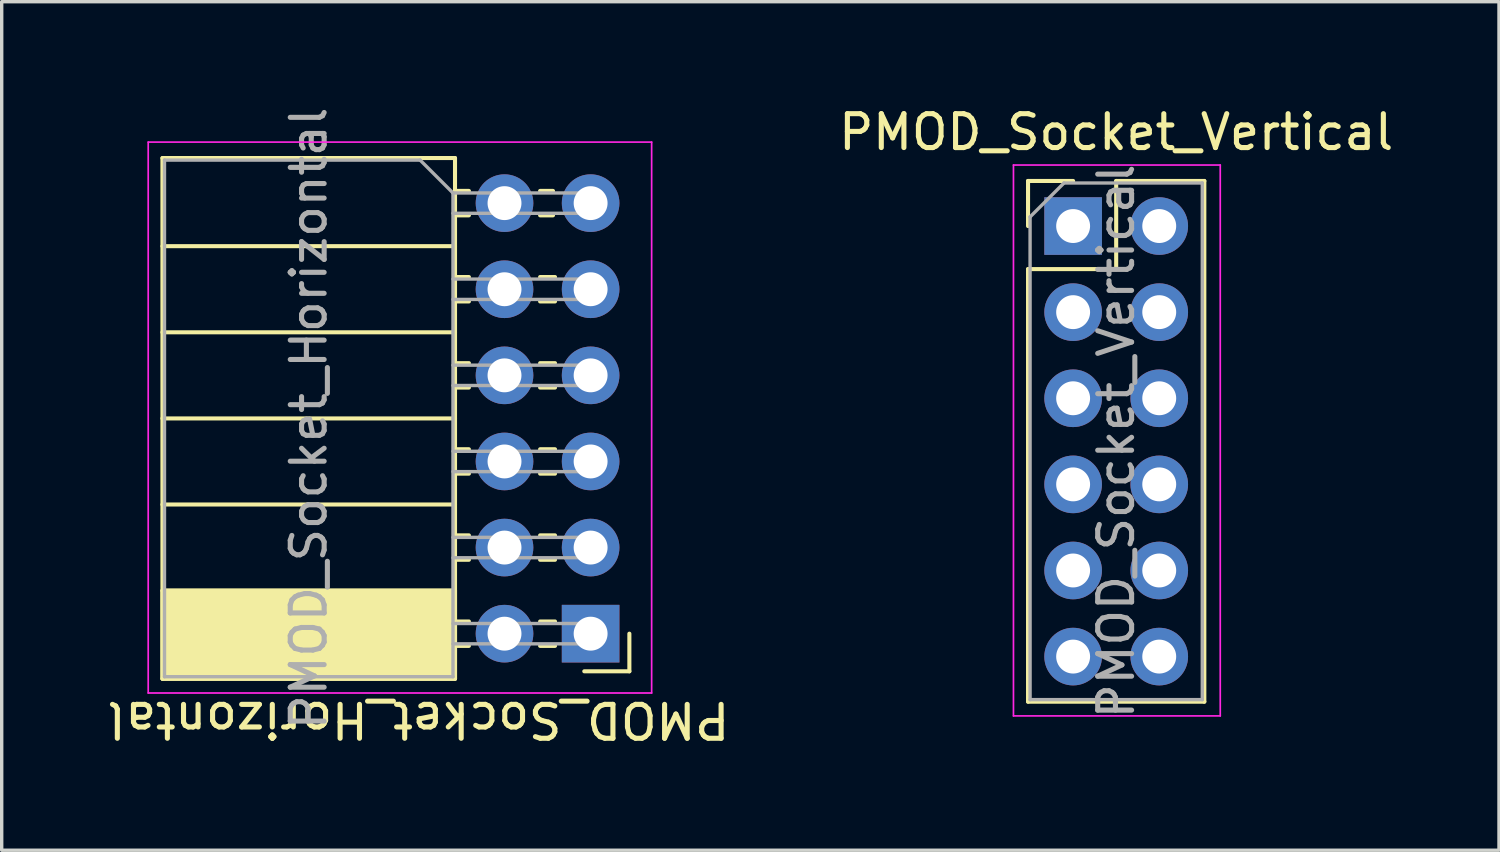
<source format=kicad_pcb>
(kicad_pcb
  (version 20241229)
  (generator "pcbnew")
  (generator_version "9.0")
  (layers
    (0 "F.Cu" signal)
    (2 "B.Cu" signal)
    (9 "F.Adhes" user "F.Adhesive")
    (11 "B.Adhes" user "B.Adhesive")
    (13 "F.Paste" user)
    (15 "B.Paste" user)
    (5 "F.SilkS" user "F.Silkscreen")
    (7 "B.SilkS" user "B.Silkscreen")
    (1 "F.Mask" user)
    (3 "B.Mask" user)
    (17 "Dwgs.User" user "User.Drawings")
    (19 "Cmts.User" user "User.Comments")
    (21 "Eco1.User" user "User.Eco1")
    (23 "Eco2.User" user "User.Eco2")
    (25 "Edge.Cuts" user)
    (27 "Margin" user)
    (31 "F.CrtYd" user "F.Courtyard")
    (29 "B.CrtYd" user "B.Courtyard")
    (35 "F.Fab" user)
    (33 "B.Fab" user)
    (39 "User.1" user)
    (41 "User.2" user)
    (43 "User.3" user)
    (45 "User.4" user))
  (footprint "PMOD_Socket_Vertical"
    (layer "F.Cu")
    (at 31.145 3.618)
    (property "Reference" "PMOD_Socket_Vertical" (at -1.27 -2.77 0) (unlocked yes) (layer "F.SilkS") (effects (font (size 1 1) (thickness 0.15))))
    (attr through_hole exclude_from_pos_files exclude_from_bom)
    (fp_line (start -3.87 -1.33) (end -3.87 0) (stroke (width 0.12) (type solid)) (layer "F.SilkS"))
    (fp_line (start -3.87 1.27) (end -3.87 14.03) (stroke (width 0.12) (type solid)) (layer "F.SilkS"))
    (fp_line (start -2.54 -1.33) (end -3.87 -1.33) (stroke (width 0.12) (type solid)) (layer "F.SilkS"))
    (fp_line (start -1.27 -1.33) (end -1.27 1.27) (stroke (width 0.12) (type solid)) (layer "F.SilkS"))
    (fp_line (start -1.27 1.27) (end -3.87 1.27) (stroke (width 0.12) (type solid)) (layer "F.SilkS"))
    (fp_line (start 1.33 -1.33) (end -1.27 -1.33) (stroke (width 0.12) (type solid)) (layer "F.SilkS"))
    (fp_line (start 1.33 -1.33) (end 1.33 14.03) (stroke (width 0.12) (type solid)) (layer "F.SilkS"))
    (fp_line (start 1.33 14.03) (end -3.87 14.03) (stroke (width 0.12) (type solid)) (layer "F.SilkS"))
    (fp_line (start -4.3 -1.8) (end -4.3 14.45) (stroke (width 0.05) (type solid)) (layer "F.CrtYd"))
    (fp_line (start -4.3 14.45) (end 1.8 14.45) (stroke (width 0.05) (type solid)) (layer "F.CrtYd"))
    (fp_line (start 1.8 -1.8) (end -4.3 -1.8) (stroke (width 0.05) (type solid)) (layer "F.CrtYd"))
    (fp_line (start 1.8 14.45) (end 1.8 -1.8) (stroke (width 0.05) (type solid)) (layer "F.CrtYd"))
    (fp_line (start -3.81 -0.27) (end -3.81 13.97) (stroke (width 0.1) (type solid)) (layer "F.Fab"))
    (fp_line (start -3.81 13.97) (end 1.27 13.97) (stroke (width 0.1) (type solid)) (layer "F.Fab"))
    (fp_line (start -2.81 -1.27) (end -3.81 -0.27) (stroke (width 0.1) (type solid)) (layer "F.Fab"))
    (fp_line (start 1.27 -1.27) (end -2.81 -1.27) (stroke (width 0.1) (type solid)) (layer "F.Fab"))
    (fp_line (start 1.27 13.97) (end 1.27 -1.27) (stroke (width 0.1) (type solid)) (layer "F.Fab"))
    (fp_text user "${REFERENCE}" (at -1.27 6.35 90) (layer "F.Fab") (effects (font (size 1 1) (thickness 0.15))))
    (pad "1" thru_hole rect (at -2.54 0) (size 1.7 1.7) (drill 1) (layers "*.Cu" "*.Mask"))
    (pad "2" thru_hole oval (at -2.54 2.54) (size 1.7 1.7) (drill 1) (layers "*.Cu" "*.Mask"))
    (pad "3" thru_hole oval (at -2.54 5.08) (size 1.7 1.7) (drill 1) (layers "*.Cu" "*.Mask"))
    (pad "4" thru_hole oval (at -2.54 7.62) (size 1.7 1.7) (drill 1) (layers "*.Cu" "*.Mask"))
    (pad "5" thru_hole oval (at 0 0) (size 1.7 1.7) (drill 1) (layers "*.Cu" "*.Mask"))
    (pad "6" thru_hole oval (at 0 2.54) (size 1.7 1.7) (drill 1) (layers "*.Cu" "*.Mask"))
    (pad "7" thru_hole oval (at 0 5.08) (size 1.7 1.7) (drill 1) (layers "*.Cu" "*.Mask"))
    (pad "8" thru_hole oval (at 0 7.62) (size 1.7 1.7) (drill 1) (layers "*.Cu" "*.Mask"))
    (pad "9" thru_hole oval (at -2.54 10.16) (size 1.7 1.7) (drill 1) (layers "*.Cu" "*.Mask"))
    (pad "9" thru_hole oval (at 0 10.16) (size 1.7 1.7) (drill 1) (layers "*.Cu" "*.Mask"))
    (pad "10" thru_hole oval (at -2.54 12.7) (size 1.7 1.7) (drill 1) (layers "*.Cu" "*.Mask"))
    (pad "10" thru_hole oval (at 0 12.7) (size 1.7 1.7) (drill 1) (layers "*.Cu" "*.Mask")))
  (footprint "PMOD_Socket_Horizontal"
    (layer "F.Cu")
    (at 14.372 2.942)
    (property "Reference" "PMOD_Socket_Horizontal" (at -5.08 15.24 180) (unlocked yes) (layer "F.SilkS") (effects (font (size 1 1) (thickness 0.15))))
    (attr through_hole exclude_from_pos_files exclude_from_bom)
    (fp_line (start -12.63 -1.33) (end -12.63 14.03) (stroke (width 0.12) (type solid)) (layer "F.SilkS"))
    (fp_line (start -12.63 -1.33) (end -4 -1.33) (stroke (width 0.12) (type solid)) (layer "F.SilkS"))
    (fp_line (start -12.63 1.27) (end -4 1.27) (stroke (width 0.12) (type solid)) (layer "F.SilkS"))
    (fp_line (start -12.63 3.81) (end -4 3.81) (stroke (width 0.12) (type solid)) (layer "F.SilkS"))
    (fp_line (start -12.63 6.35) (end -4 6.35) (stroke (width 0.12) (type solid)) (layer "F.SilkS"))
    (fp_line (start -12.63 8.89) (end -4 8.89) (stroke (width 0.12) (type solid)) (layer "F.SilkS"))
    (fp_line (start -12.63 11.43) (end -4 11.43) (stroke (width 0.12) (type solid)) (layer "F.SilkS"))
    (fp_line (start -12.63 14.03) (end -4 14.03) (stroke (width 0.12) (type solid)) (layer "F.SilkS"))
    (fp_line (start -4 -1.33) (end -4 14.03) (stroke (width 0.12) (type solid)) (layer "F.SilkS"))
    (fp_line (start -4 -0.36) (end -3.59 -0.36) (stroke (width 0.12) (type solid)) (layer "F.SilkS"))
    (fp_line (start -4 0.36) (end -3.59 0.36) (stroke (width 0.12) (type solid)) (layer "F.SilkS"))
    (fp_line (start -4 2.18) (end -3.59 2.18) (stroke (width 0.12) (type solid)) (layer "F.SilkS"))
    (fp_line (start -4 2.9) (end -3.59 2.9) (stroke (width 0.12) (type solid)) (layer "F.SilkS"))
    (fp_line (start -4 4.72) (end -3.59 4.72) (stroke (width 0.12) (type solid)) (layer "F.SilkS"))
    (fp_line (start -4 5.44) (end -3.59 5.44) (stroke (width 0.12) (type solid)) (layer "F.SilkS"))
    (fp_line (start -4 7.26) (end -3.59 7.26) (stroke (width 0.12) (type solid)) (layer "F.SilkS"))
    (fp_line (start -4 7.98) (end -3.59 7.98) (stroke (width 0.12) (type solid)) (layer "F.SilkS"))
    (fp_line (start -4 9.8) (end -3.59 9.8) (stroke (width 0.12) (type solid)) (layer "F.SilkS"))
    (fp_line (start -4 10.52) (end -3.59 10.52) (stroke (width 0.12) (type solid)) (layer "F.SilkS"))
    (fp_line (start -4 12.34) (end -3.59 12.34) (stroke (width 0.12) (type solid)) (layer "F.SilkS"))
    (fp_line (start -4 13.06) (end -3.59 13.06) (stroke (width 0.12) (type solid)) (layer "F.SilkS"))
    (fp_line (start -1.49 -0.36) (end -1.11 -0.36) (stroke (width 0.12) (type solid)) (layer "F.SilkS"))
    (fp_line (start -1.49 0.36) (end -1.11 0.36) (stroke (width 0.12) (type solid)) (layer "F.SilkS"))
    (fp_line (start -1.49 2.18) (end -1.05 2.18) (stroke (width 0.12) (type solid)) (layer "F.SilkS"))
    (fp_line (start -1.49 2.9) (end -1.05 2.9) (stroke (width 0.12) (type solid)) (layer "F.SilkS"))
    (fp_line (start -1.49 4.72) (end -1.05 4.72) (stroke (width 0.12) (type solid)) (layer "F.SilkS"))
    (fp_line (start -1.49 5.44) (end -1.05 5.44) (stroke (width 0.12) (type solid)) (layer "F.SilkS"))
    (fp_line (start -1.49 7.26) (end -1.05 7.26) (stroke (width 0.12) (type solid)) (layer "F.SilkS"))
    (fp_line (start -1.49 7.98) (end -1.05 7.98) (stroke (width 0.12) (type solid)) (layer "F.SilkS"))
    (fp_line (start -1.49 9.8) (end -1.05 9.8) (stroke (width 0.12) (type solid)) (layer "F.SilkS"))
    (fp_line (start -1.49 10.52) (end -1.05 10.52) (stroke (width 0.12) (type solid)) (layer "F.SilkS"))
    (fp_line (start -1.49 12.34) (end -1.05 12.34) (stroke (width 0.12) (type solid)) (layer "F.SilkS"))
    (fp_line (start -1.49 13.06) (end -1.05 13.06) (stroke (width 0.12) (type solid)) (layer "F.SilkS"))
    (fp_line (start 1.143 12.7) (end 1.143 13.81) (stroke (width 0.12) (type solid)) (layer "F.SilkS"))
    (fp_line (start 1.143 13.81) (end -0.187 13.81) (stroke (width 0.12) (type solid)) (layer "F.SilkS"))
    (fp_rect (start -12.63 11.43) (end -4 14.03) (stroke (width 0.12) (type solid)) (fill yes) (layer "F.SilkS"))
    (fp_line (start -13.05 -1.8) (end -13.05 14.45) (stroke (width 0.05) (type solid)) (layer "F.CrtYd"))
    (fp_line (start -13.05 14.45) (end 1.8 14.45) (stroke (width 0.05) (type solid)) (layer "F.CrtYd"))
    (fp_line (start 1.8 -1.8) (end -13.05 -1.8) (stroke (width 0.05) (type solid)) (layer "F.CrtYd"))
    (fp_line (start 1.8 14.45) (end 1.8 -1.8) (stroke (width 0.05) (type solid)) (layer "F.CrtYd"))
    (fp_line (start -12.57 -1.27) (end -5.03 -1.27) (stroke (width 0.1) (type solid)) (layer "F.Fab"))
    (fp_line (start -12.57 13.97) (end -12.57 -1.27) (stroke (width 0.1) (type solid)) (layer "F.Fab"))
    (fp_line (start -5.03 -1.27) (end -4.06 -0.3) (stroke (width 0.1) (type solid)) (layer "F.Fab"))
    (fp_line (start -4.06 -0.3) (end -4.06 13.97) (stroke (width 0.1) (type solid)) (layer "F.Fab"))
    (fp_line (start -4.06 0.3) (end 0 0.3) (stroke (width 0.1) (type solid)) (layer "F.Fab"))
    (fp_line (start -4.06 2.84) (end 0 2.84) (stroke (width 0.1) (type solid)) (layer "F.Fab"))
    (fp_line (start -4.06 5.38) (end 0 5.38) (stroke (width 0.1) (type solid)) (layer "F.Fab"))
    (fp_line (start -4.06 7.92) (end 0 7.92) (stroke (width 0.1) (type solid)) (layer "F.Fab"))
    (fp_line (start -4.06 10.46) (end 0 10.46) (stroke (width 0.1) (type solid)) (layer "F.Fab"))
    (fp_line (start -4.06 13) (end 0 13) (stroke (width 0.1) (type solid)) (layer "F.Fab"))
    (fp_line (start -4.06 13.97) (end -12.57 13.97) (stroke (width 0.1) (type solid)) (layer "F.Fab"))
    (fp_line (start 0 -0.3) (end -4.06 -0.3) (stroke (width 0.1) (type solid)) (layer "F.Fab"))
    (fp_line (start 0 0.3) (end 0 -0.3) (stroke (width 0.1) (type solid)) (layer "F.Fab"))
    (fp_line (start 0 2.24) (end -4.06 2.24) (stroke (width 0.1) (type solid)) (layer "F.Fab"))
    (fp_line (start 0 2.84) (end 0 2.24) (stroke (width 0.1) (type solid)) (layer "F.Fab"))
    (fp_line (start 0 4.78) (end -4.06 4.78) (stroke (width 0.1) (type solid)) (layer "F.Fab"))
    (fp_line (start 0 5.38) (end 0 4.78) (stroke (width 0.1) (type solid)) (layer "F.Fab"))
    (fp_line (start 0 7.32) (end -4.06 7.32) (stroke (width 0.1) (type solid)) (layer "F.Fab"))
    (fp_line (start 0 7.92) (end 0 7.32) (stroke (width 0.1) (type solid)) (layer "F.Fab"))
    (fp_line (start 0 9.86) (end -4.06 9.86) (stroke (width 0.1) (type solid)) (layer "F.Fab"))
    (fp_line (start 0 10.46) (end 0 9.86) (stroke (width 0.1) (type solid)) (layer "F.Fab"))
    (fp_line (start 0 12.4) (end -4.06 12.4) (stroke (width 0.1) (type solid)) (layer "F.Fab"))
    (fp_line (start 0 13) (end 0 12.4) (stroke (width 0.1) (type solid)) (layer "F.Fab"))
    (fp_text user "${REFERENCE}" (at -8.315 6.35 270) (layer "F.Fab") (effects (font (size 1 1) (thickness 0.15))))
    (pad "1" thru_hole rect (at 0 12.7) (size 1.7 1.7) (drill 1) (layers "*.Cu" "*.Mask"))
    (pad "2" thru_hole oval (at 0 10.16) (size 1.7 1.7) (drill 1) (layers "*.Cu" "*.Mask"))
    (pad "3" thru_hole oval (at 0 7.62) (size 1.7 1.7) (drill 1) (layers "*.Cu" "*.Mask"))
    (pad "4" thru_hole oval (at 0 5.08) (size 1.7 1.7) (drill 1) (layers "*.Cu" "*.Mask"))
    (pad "5" thru_hole oval (at -2.54 12.7) (size 1.7 1.7) (drill 1) (layers "*.Cu" "*.Mask"))
    (pad "6" thru_hole oval (at -2.54 10.16) (size 1.7 1.7) (drill 1) (layers "*.Cu" "*.Mask"))
    (pad "7" thru_hole oval (at -2.54 7.62) (size 1.7 1.7) (drill 1) (layers "*.Cu" "*.Mask"))
    (pad "8" thru_hole oval (at -2.54 5.08) (size 1.7 1.7) (drill 1) (layers "*.Cu" "*.Mask"))
    (pad "9" thru_hole oval (at -2.54 2.54) (size 1.7 1.7) (drill 1) (layers "*.Cu" "*.Mask"))
    (pad "9" thru_hole oval (at 0 2.54) (size 1.7 1.7) (drill 1) (layers "*.Cu" "*.Mask"))
    (pad "10" thru_hole oval (at -2.54 0) (size 1.7 1.7) (drill 1) (layers "*.Cu" "*.Mask"))
    (pad "10" thru_hole oval (at 0 0) (size 1.7 1.7) (drill 1) (layers "*.Cu" "*.Mask")))
  (gr_rect
    (start -3 -3)
    (end 41.167 22.03)
    (stroke (width 0.1) (type default))
    (fill no)
    (layer "Edge.Cuts")))
</source>
